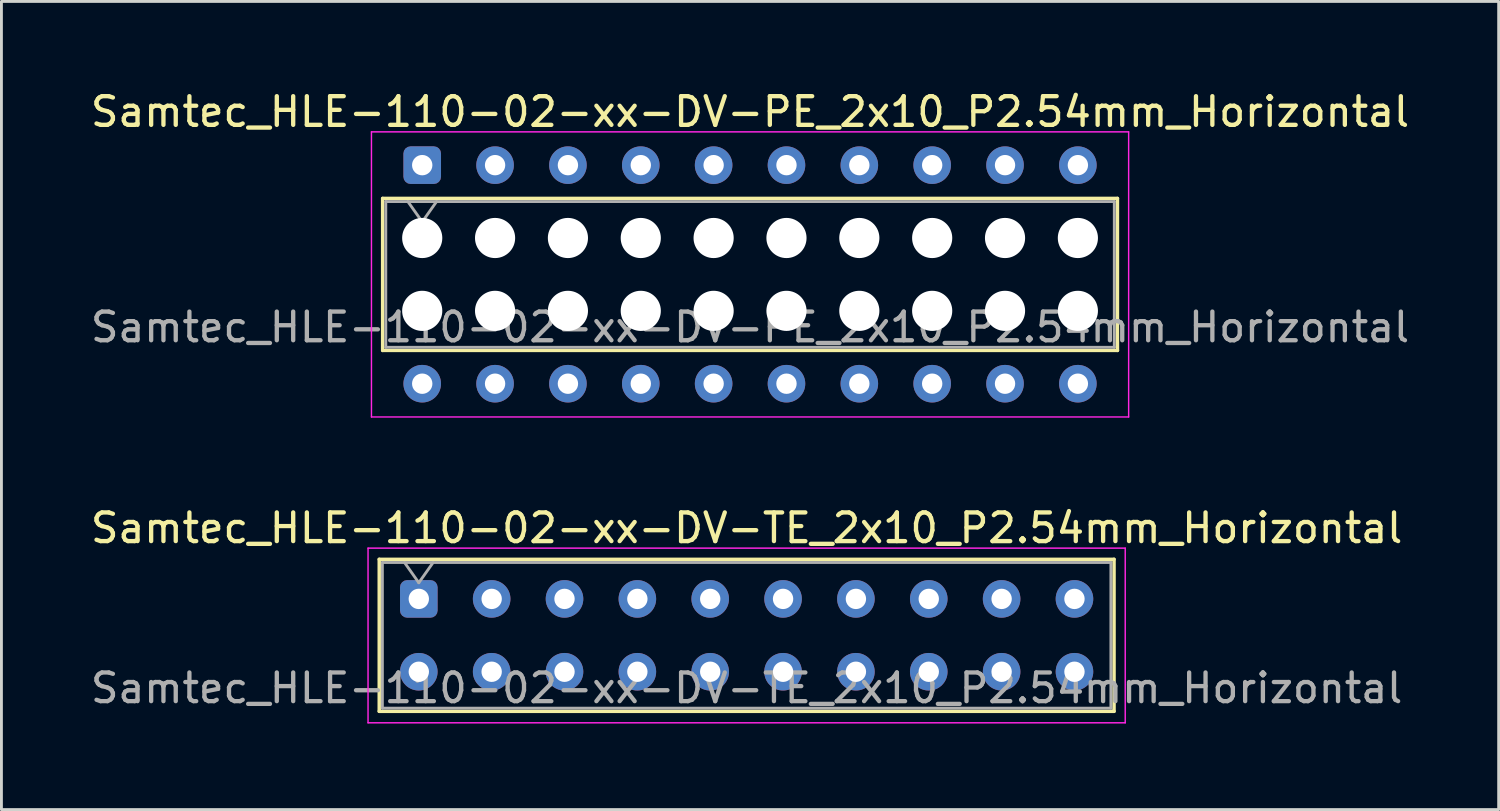
<source format=kicad_pcb>
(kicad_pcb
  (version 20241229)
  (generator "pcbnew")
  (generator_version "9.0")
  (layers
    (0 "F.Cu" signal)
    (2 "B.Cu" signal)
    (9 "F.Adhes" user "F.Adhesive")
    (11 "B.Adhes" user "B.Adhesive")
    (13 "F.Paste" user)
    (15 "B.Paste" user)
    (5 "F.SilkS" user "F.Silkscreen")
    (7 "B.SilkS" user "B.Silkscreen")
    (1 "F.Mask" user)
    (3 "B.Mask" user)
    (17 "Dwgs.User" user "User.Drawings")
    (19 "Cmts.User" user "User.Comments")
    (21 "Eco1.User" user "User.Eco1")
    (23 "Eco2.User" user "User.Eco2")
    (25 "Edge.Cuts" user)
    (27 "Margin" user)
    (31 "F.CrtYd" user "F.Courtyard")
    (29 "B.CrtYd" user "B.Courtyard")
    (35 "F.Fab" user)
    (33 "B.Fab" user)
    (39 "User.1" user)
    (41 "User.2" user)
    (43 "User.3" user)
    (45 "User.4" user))
  (footprint "Samtec_HLE-110-02-xx-DV-TE_2x10_P2.54mm_Horizontal"
    (layer "F.Cu")
    (at 11.552 17.831)
    (property "Reference" "Samtec_HLE-110-02-xx-DV-TE_2x10_P2.54mm_Horizontal" (at 11.43 -2.47 0) (layer "F.SilkS") (effects (font (size 1 1) (thickness 0.15))))
    (attr through_hole)
    (fp_line (start -1.38 -1.38) (end 24.24 -1.38) (stroke (width 0.12) (type solid)) (layer "F.SilkS"))
    (fp_line (start -1.38 3.92) (end -1.38 -1.38) (stroke (width 0.12) (type solid)) (layer "F.SilkS"))
    (fp_line (start 24.24 -1.38) (end 24.24 3.92) (stroke (width 0.12) (type solid)) (layer "F.SilkS"))
    (fp_line (start 24.24 3.92) (end -1.38 3.92) (stroke (width 0.12) (type solid)) (layer "F.SilkS"))
    (fp_line (start -1.77 -1.77) (end 24.63 -1.77) (stroke (width 0.05) (type solid)) (layer "F.CrtYd"))
    (fp_line (start -1.77 4.32) (end -1.77 -1.77) (stroke (width 0.05) (type solid)) (layer "F.CrtYd"))
    (fp_line (start 24.63 -1.77) (end 24.63 4.32) (stroke (width 0.05) (type solid)) (layer "F.CrtYd"))
    (fp_line (start 24.63 4.32) (end -1.77 4.32) (stroke (width 0.05) (type solid)) (layer "F.CrtYd"))
    (fp_line (start -1.27 -1.27) (end 24.13 -1.27) (stroke (width 0.1) (type solid)) (layer "F.Fab"))
    (fp_line (start -1.27 3.81) (end -1.27 -1.27) (stroke (width 0.1) (type solid)) (layer "F.Fab"))
    (fp_line (start -0.5 -1.27) (end 0 -0.563) (stroke (width 0.1) (type solid)) (layer "F.Fab"))
    (fp_line (start 0 -0.563) (end 0.5 -1.27) (stroke (width 0.1) (type solid)) (layer "F.Fab"))
    (fp_line (start 24.13 -1.27) (end 24.13 3.81) (stroke (width 0.1) (type solid)) (layer "F.Fab"))
    (fp_line (start 24.13 3.81) (end -1.27 3.81) (stroke (width 0.1) (type solid)) (layer "F.Fab"))
    (fp_text user "${REFERENCE}" (at 11.43 3.11 0) (layer "F.Fab") (effects (font (size 1 1) (thickness 0.15))))
    (pad "1" thru_hole roundrect (at 0 0) (size 1.31 1.31) (drill 0.71) (layers "*.Cu" "*.Mask") (roundrect_rratio 0.191))
    (pad "2" thru_hole circle (at 0 2.54) (size 1.31 1.31) (drill 0.71) (layers "*.Cu" "*.Mask"))
    (pad "3" thru_hole circle (at 2.54 0) (size 1.31 1.31) (drill 0.71) (layers "*.Cu" "*.Mask"))
    (pad "4" thru_hole circle (at 2.54 2.54) (size 1.31 1.31) (drill 0.71) (layers "*.Cu" "*.Mask"))
    (pad "5" thru_hole circle (at 5.08 0) (size 1.31 1.31) (drill 0.71) (layers "*.Cu" "*.Mask"))
    (pad "6" thru_hole circle (at 5.08 2.54) (size 1.31 1.31) (drill 0.71) (layers "*.Cu" "*.Mask"))
    (pad "7" thru_hole circle (at 7.62 0) (size 1.31 1.31) (drill 0.71) (layers "*.Cu" "*.Mask"))
    (pad "8" thru_hole circle (at 7.62 2.54) (size 1.31 1.31) (drill 0.71) (layers "*.Cu" "*.Mask"))
    (pad "9" thru_hole circle (at 10.16 0) (size 1.31 1.31) (drill 0.71) (layers "*.Cu" "*.Mask"))
    (pad "10" thru_hole circle (at 10.16 2.54) (size 1.31 1.31) (drill 0.71) (layers "*.Cu" "*.Mask"))
    (pad "11" thru_hole circle (at 12.7 0) (size 1.31 1.31) (drill 0.71) (layers "*.Cu" "*.Mask"))
    (pad "12" thru_hole circle (at 12.7 2.54) (size 1.31 1.31) (drill 0.71) (layers "*.Cu" "*.Mask"))
    (pad "13" thru_hole circle (at 15.24 0) (size 1.31 1.31) (drill 0.71) (layers "*.Cu" "*.Mask"))
    (pad "14" thru_hole circle (at 15.24 2.54) (size 1.31 1.31) (drill 0.71) (layers "*.Cu" "*.Mask"))
    (pad "15" thru_hole circle (at 17.78 0) (size 1.31 1.31) (drill 0.71) (layers "*.Cu" "*.Mask"))
    (pad "16" thru_hole circle (at 17.78 2.54) (size 1.31 1.31) (drill 0.71) (layers "*.Cu" "*.Mask"))
    (pad "17" thru_hole circle (at 20.32 0) (size 1.31 1.31) (drill 0.71) (layers "*.Cu" "*.Mask"))
    (pad "18" thru_hole circle (at 20.32 2.54) (size 1.31 1.31) (drill 0.71) (layers "*.Cu" "*.Mask"))
    (pad "19" thru_hole circle (at 22.86 0) (size 1.31 1.31) (drill 0.71) (layers "*.Cu" "*.Mask"))
    (pad "20" thru_hole circle (at 22.86 2.54) (size 1.31 1.31) (drill 0.71) (layers "*.Cu" "*.Mask")))
  (footprint "Samtec_HLE-110-02-xx-DV-PE_2x10_P2.54mm_Horizontal"
    (layer "F.Cu")
    (at 11.671 2.708)
    (property "Reference" "Samtec_HLE-110-02-xx-DV-PE_2x10_P2.54mm_Horizontal" (at 11.43 -1.86 0) (layer "F.SilkS") (effects (font (size 1 1) (thickness 0.15))))
    (attr through_hole)
    (fp_line (start -1.38 1.16) (end 24.24 1.16) (stroke (width 0.12) (type solid)) (layer "F.SilkS"))
    (fp_line (start -1.38 6.46) (end -1.38 1.16) (stroke (width 0.12) (type solid)) (layer "F.SilkS"))
    (fp_line (start 24.24 1.16) (end 24.24 6.46) (stroke (width 0.12) (type solid)) (layer "F.SilkS"))
    (fp_line (start 24.24 6.46) (end -1.38 6.46) (stroke (width 0.12) (type solid)) (layer "F.SilkS"))
    (fp_line (start -1.77 -1.16) (end 24.63 -1.16) (stroke (width 0.05) (type solid)) (layer "F.CrtYd"))
    (fp_line (start -1.77 8.78) (end -1.77 -1.16) (stroke (width 0.05) (type solid)) (layer "F.CrtYd"))
    (fp_line (start 24.63 -1.16) (end 24.63 8.78) (stroke (width 0.05) (type solid)) (layer "F.CrtYd"))
    (fp_line (start 24.63 8.78) (end -1.77 8.78) (stroke (width 0.05) (type solid)) (layer "F.CrtYd"))
    (fp_line (start -1.27 1.27) (end 24.13 1.27) (stroke (width 0.1) (type solid)) (layer "F.Fab"))
    (fp_line (start -1.27 6.35) (end -1.27 1.27) (stroke (width 0.1) (type solid)) (layer "F.Fab"))
    (fp_line (start -0.5 1.27) (end 0 1.977) (stroke (width 0.1) (type solid)) (layer "F.Fab"))
    (fp_line (start 0 1.977) (end 0.5 1.27) (stroke (width 0.1) (type solid)) (layer "F.Fab"))
    (fp_line (start 24.13 1.27) (end 24.13 6.35) (stroke (width 0.1) (type solid)) (layer "F.Fab"))
    (fp_line (start 24.13 6.35) (end -1.27 6.35) (stroke (width 0.1) (type solid)) (layer "F.Fab"))
    (fp_text user "${REFERENCE}" (at 11.43 5.65 0) (layer "F.Fab") (effects (font (size 1 1) (thickness 0.15))))
    (pad "" np_thru_hole circle (at 0 2.54) (size 1.4 1.4) (drill 1.4) (layers "*.Cu" "*.Mask"))
    (pad "" np_thru_hole circle (at 0 5.08) (size 1.4 1.4) (drill 1.4) (layers "*.Cu" "*.Mask"))
    (pad "" np_thru_hole circle (at 2.54 2.54) (size 1.4 1.4) (drill 1.4) (layers "*.Cu" "*.Mask"))
    (pad "" np_thru_hole circle (at 2.54 5.08) (size 1.4 1.4) (drill 1.4) (layers "*.Cu" "*.Mask"))
    (pad "" np_thru_hole circle (at 5.08 2.54) (size 1.4 1.4) (drill 1.4) (layers "*.Cu" "*.Mask"))
    (pad "" np_thru_hole circle (at 5.08 5.08) (size 1.4 1.4) (drill 1.4) (layers "*.Cu" "*.Mask"))
    (pad "" np_thru_hole circle (at 7.62 2.54) (size 1.4 1.4) (drill 1.4) (layers "*.Cu" "*.Mask"))
    (pad "" np_thru_hole circle (at 7.62 5.08) (size 1.4 1.4) (drill 1.4) (layers "*.Cu" "*.Mask"))
    (pad "" np_thru_hole circle (at 10.16 2.54) (size 1.4 1.4) (drill 1.4) (layers "*.Cu" "*.Mask"))
    (pad "" np_thru_hole circle (at 10.16 5.08) (size 1.4 1.4) (drill 1.4) (layers "*.Cu" "*.Mask"))
    (pad "" np_thru_hole circle (at 12.7 2.54) (size 1.4 1.4) (drill 1.4) (layers "*.Cu" "*.Mask"))
    (pad "" np_thru_hole circle (at 12.7 5.08) (size 1.4 1.4) (drill 1.4) (layers "*.Cu" "*.Mask"))
    (pad "" np_thru_hole circle (at 15.24 2.54) (size 1.4 1.4) (drill 1.4) (layers "*.Cu" "*.Mask"))
    (pad "" np_thru_hole circle (at 15.24 5.08) (size 1.4 1.4) (drill 1.4) (layers "*.Cu" "*.Mask"))
    (pad "" np_thru_hole circle (at 17.78 2.54) (size 1.4 1.4) (drill 1.4) (layers "*.Cu" "*.Mask"))
    (pad "" np_thru_hole circle (at 17.78 5.08) (size 1.4 1.4) (drill 1.4) (layers "*.Cu" "*.Mask"))
    (pad "" np_thru_hole circle (at 20.32 2.54) (size 1.4 1.4) (drill 1.4) (layers "*.Cu" "*.Mask"))
    (pad "" np_thru_hole circle (at 20.32 5.08) (size 1.4 1.4) (drill 1.4) (layers "*.Cu" "*.Mask"))
    (pad "" np_thru_hole circle (at 22.86 2.54) (size 1.4 1.4) (drill 1.4) (layers "*.Cu" "*.Mask"))
    (pad "" np_thru_hole circle (at 22.86 5.08) (size 1.4 1.4) (drill 1.4) (layers "*.Cu" "*.Mask"))
    (pad "1" thru_hole roundrect (at 0 0) (size 1.31 1.31) (drill 0.71) (layers "*.Cu" "*.Mask") (roundrect_rratio 0.191))
    (pad "2" thru_hole circle (at 0 7.62) (size 1.31 1.31) (drill 0.71) (layers "*.Cu" "*.Mask"))
    (pad "3" thru_hole circle (at 2.54 0) (size 1.31 1.31) (drill 0.71) (layers "*.Cu" "*.Mask"))
    (pad "4" thru_hole circle (at 2.54 7.62) (size 1.31 1.31) (drill 0.71) (layers "*.Cu" "*.Mask"))
    (pad "5" thru_hole circle (at 5.08 0) (size 1.31 1.31) (drill 0.71) (layers "*.Cu" "*.Mask"))
    (pad "6" thru_hole circle (at 5.08 7.62) (size 1.31 1.31) (drill 0.71) (layers "*.Cu" "*.Mask"))
    (pad "7" thru_hole circle (at 7.62 0) (size 1.31 1.31) (drill 0.71) (layers "*.Cu" "*.Mask"))
    (pad "8" thru_hole circle (at 7.62 7.62) (size 1.31 1.31) (drill 0.71) (layers "*.Cu" "*.Mask"))
    (pad "9" thru_hole circle (at 10.16 0) (size 1.31 1.31) (drill 0.71) (layers "*.Cu" "*.Mask"))
    (pad "10" thru_hole circle (at 10.16 7.62) (size 1.31 1.31) (drill 0.71) (layers "*.Cu" "*.Mask"))
    (pad "11" thru_hole circle (at 12.7 0) (size 1.31 1.31) (drill 0.71) (layers "*.Cu" "*.Mask"))
    (pad "12" thru_hole circle (at 12.7 7.62) (size 1.31 1.31) (drill 0.71) (layers "*.Cu" "*.Mask"))
    (pad "13" thru_hole circle (at 15.24 0) (size 1.31 1.31) (drill 0.71) (layers "*.Cu" "*.Mask"))
    (pad "14" thru_hole circle (at 15.24 7.62) (size 1.31 1.31) (drill 0.71) (layers "*.Cu" "*.Mask"))
    (pad "15" thru_hole circle (at 17.78 0) (size 1.31 1.31) (drill 0.71) (layers "*.Cu" "*.Mask"))
    (pad "16" thru_hole circle (at 17.78 7.62) (size 1.31 1.31) (drill 0.71) (layers "*.Cu" "*.Mask"))
    (pad "17" thru_hole circle (at 20.32 0) (size 1.31 1.31) (drill 0.71) (layers "*.Cu" "*.Mask"))
    (pad "18" thru_hole circle (at 20.32 7.62) (size 1.31 1.31) (drill 0.71) (layers "*.Cu" "*.Mask"))
    (pad "19" thru_hole circle (at 22.86 0) (size 1.31 1.31) (drill 0.71) (layers "*.Cu" "*.Mask"))
    (pad "20" thru_hole circle (at 22.86 7.62) (size 1.31 1.31) (drill 0.71) (layers "*.Cu" "*.Mask")))
  (gr_rect
    (start -3 -3)
    (end 49.202 25.177)
    (stroke (width 0.1) (type default))
    (fill no)
    (layer "Edge.Cuts")))
</source>
